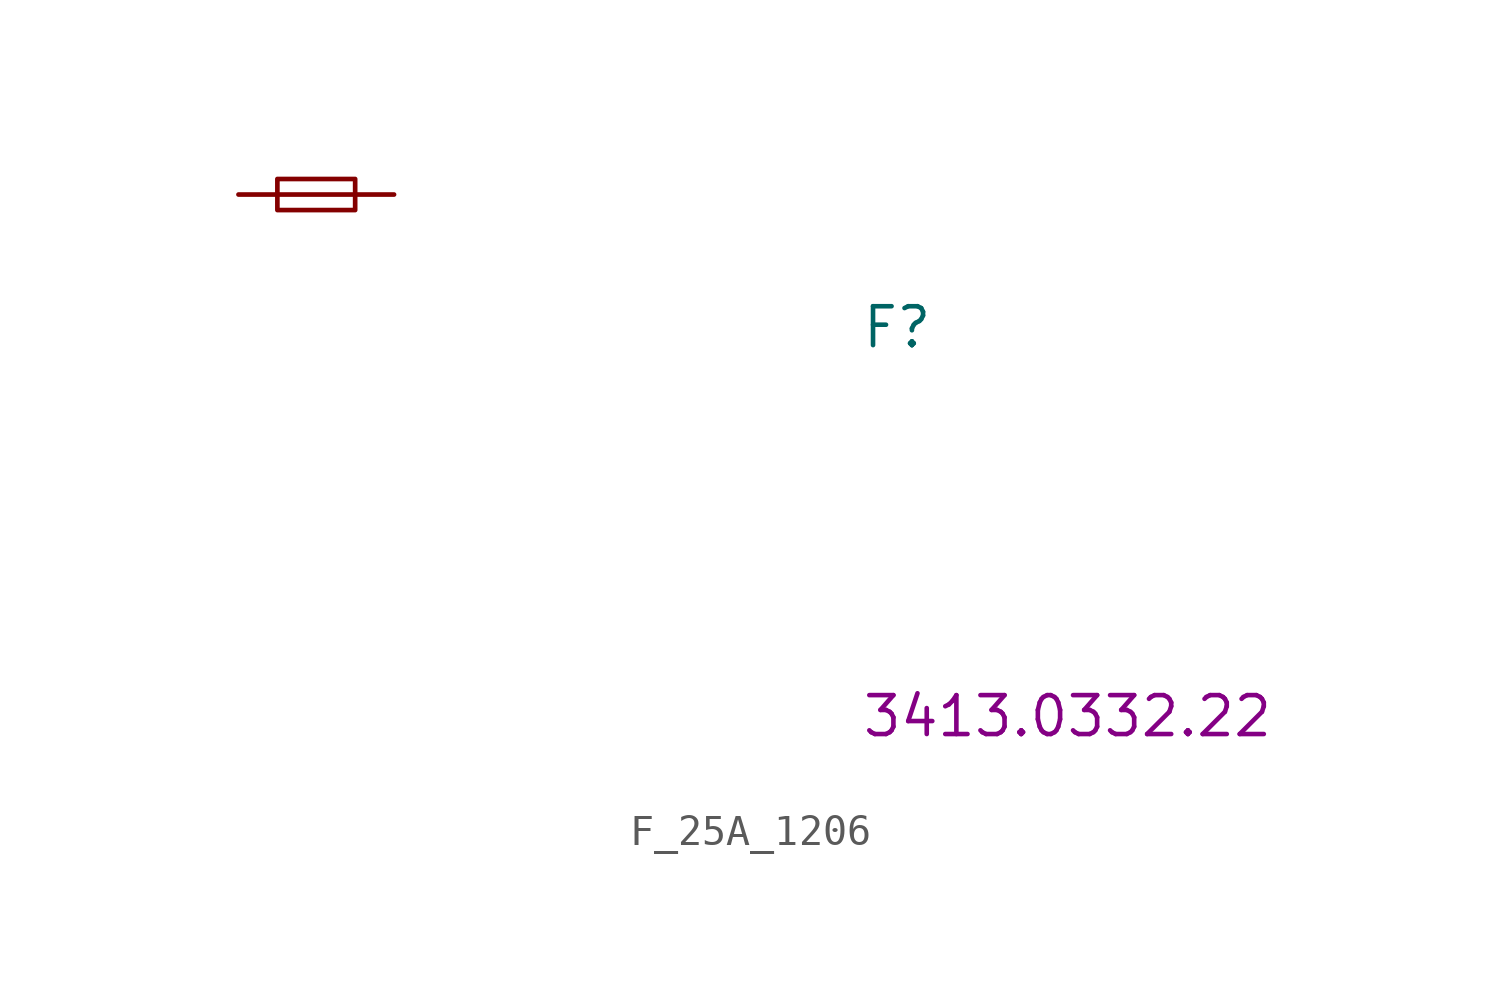
<source format=kicad_sym>
(kicad_symbol_lib
  (version 20211014)
  (generator kicad_symbol_editor)
  (symbol "F_25A_1206"
    (pin_numbers hide)
    (pin_names
      (offset 1.016) hide)
    (property "Reference" "F"
      (at 20.32 -5.08 0)
      (effects (font (size 1.27 1.27) (thickness 0.15)) (justify left bottom)))
    (property "MPN" "3413.0332.22"
      (at 20.32 -17.78 0)
      (effects (font (size 1.27 1.27) (thickness 0.15)) (justify left bottom)))
    (symbol "F_25A_1206_0_1"
      (polyline (pts (xy 1.27 0) (xy 3.81 0)) (stroke (width 0) (type default) (color 0 0 0 0)) (fill (type none)))
      (rectangle (start 1.27 0.508) (end 3.81 -0.508) (stroke (width 0) (type default) (color 0 0 0 0)) (fill (type none))))
    (symbol "F_25A_1206_1_1"
      (pin passive line (at 0 0 0) (length 1.27) (name "~" (effects (font (size 1.27 1.27)))) (number "1" (effects (font (size 1.27 1.27)))))
      (pin passive line (at 5.08 0 180) (length 1.27) (name "~" (effects (font (size 1.27 1.27)))) (number "2" (effects (font (size 1.27 1.27))))))))
</source>
